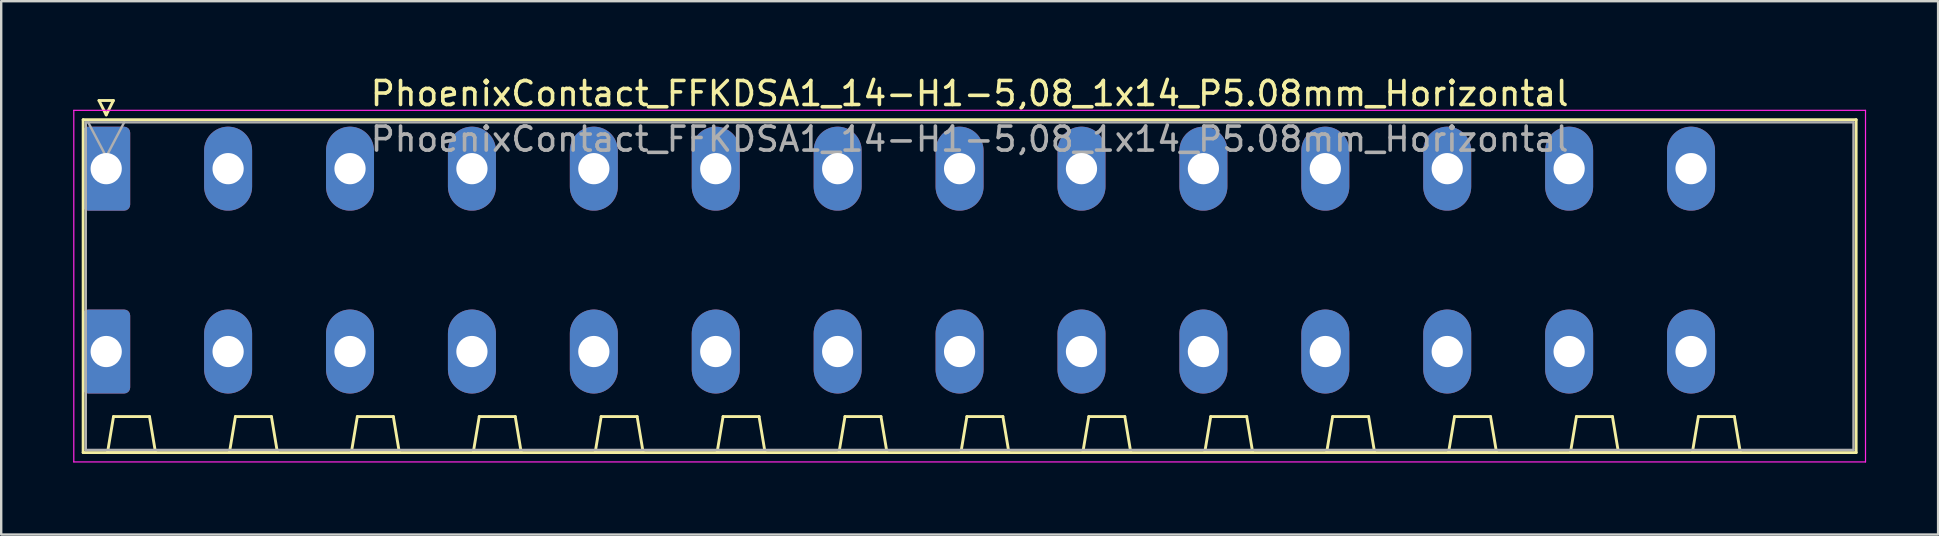
<source format=kicad_pcb>
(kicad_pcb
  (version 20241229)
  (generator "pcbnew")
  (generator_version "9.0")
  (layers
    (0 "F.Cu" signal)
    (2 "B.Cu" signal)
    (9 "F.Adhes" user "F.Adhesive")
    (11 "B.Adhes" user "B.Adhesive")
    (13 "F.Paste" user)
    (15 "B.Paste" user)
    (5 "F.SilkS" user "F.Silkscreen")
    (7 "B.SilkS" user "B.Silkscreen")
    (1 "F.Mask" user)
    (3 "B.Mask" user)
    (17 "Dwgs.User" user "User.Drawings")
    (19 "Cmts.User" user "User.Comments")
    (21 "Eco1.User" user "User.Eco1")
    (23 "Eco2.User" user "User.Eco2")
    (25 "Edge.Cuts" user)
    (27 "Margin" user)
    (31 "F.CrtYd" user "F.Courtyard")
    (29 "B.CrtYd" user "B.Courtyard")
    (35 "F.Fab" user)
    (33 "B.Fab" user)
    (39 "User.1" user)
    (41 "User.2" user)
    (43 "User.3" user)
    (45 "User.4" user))
  (footprint "PhoenixContact_FFKDSA1_14-H1-5,08_1x14_P5.08mm_Horizontal"
    (layer "F.Cu")
    (at 1.375 3.978)
    (property "Reference" "PhoenixContact_FFKDSA1_14-H1-5,08_1x14_P5.08mm_Horizontal" (at 35.98 -3.13 0) (layer "F.SilkS") (effects (font (size 1 1) (thickness 0.15))))
    (attr through_hole)
    (fp_line (start -0.96 -2.04) (end -0.96 11.83) (stroke (width 0.12) (type solid)) (layer "F.SilkS"))
    (fp_line (start -0.96 11.83) (end 72.92 11.83) (stroke (width 0.12) (type solid)) (layer "F.SilkS"))
    (fp_line (start -0.3 -2.84) (end 0.3 -2.84) (stroke (width 0.12) (type solid)) (layer "F.SilkS"))
    (fp_line (start 0 -2.24) (end -0.3 -2.84) (stroke (width 0.12) (type solid)) (layer "F.SilkS"))
    (fp_line (start 0.055 11.83) (end 2.055 11.83) (stroke (width 0.12) (type solid)) (layer "F.SilkS"))
    (fp_line (start 0.3 -2.84) (end 0 -2.24) (stroke (width 0.12) (type solid)) (layer "F.SilkS"))
    (fp_line (start 0.305 10.33) (end 0.055 11.83) (stroke (width 0.12) (type solid)) (layer "F.SilkS"))
    (fp_line (start 1.805 10.33) (end 0.305 10.33) (stroke (width 0.12) (type solid)) (layer "F.SilkS"))
    (fp_line (start 2.055 11.83) (end 1.805 10.33) (stroke (width 0.12) (type solid)) (layer "F.SilkS"))
    (fp_line (start 5.135 11.83) (end 7.135 11.83) (stroke (width 0.12) (type solid)) (layer "F.SilkS"))
    (fp_line (start 5.385 10.33) (end 5.135 11.83) (stroke (width 0.12) (type solid)) (layer "F.SilkS"))
    (fp_line (start 6.885 10.33) (end 5.385 10.33) (stroke (width 0.12) (type solid)) (layer "F.SilkS"))
    (fp_line (start 7.135 11.83) (end 6.885 10.33) (stroke (width 0.12) (type solid)) (layer "F.SilkS"))
    (fp_line (start 10.215 11.83) (end 12.215 11.83) (stroke (width 0.12) (type solid)) (layer "F.SilkS"))
    (fp_line (start 10.465 10.33) (end 10.215 11.83) (stroke (width 0.12) (type solid)) (layer "F.SilkS"))
    (fp_line (start 11.965 10.33) (end 10.465 10.33) (stroke (width 0.12) (type solid)) (layer "F.SilkS"))
    (fp_line (start 12.215 11.83) (end 11.965 10.33) (stroke (width 0.12) (type solid)) (layer "F.SilkS"))
    (fp_line (start 15.295 11.83) (end 17.295 11.83) (stroke (width 0.12) (type solid)) (layer "F.SilkS"))
    (fp_line (start 15.545 10.33) (end 15.295 11.83) (stroke (width 0.12) (type solid)) (layer "F.SilkS"))
    (fp_line (start 17.045 10.33) (end 15.545 10.33) (stroke (width 0.12) (type solid)) (layer "F.SilkS"))
    (fp_line (start 17.295 11.83) (end 17.045 10.33) (stroke (width 0.12) (type solid)) (layer "F.SilkS"))
    (fp_line (start 20.375 11.83) (end 22.375 11.83) (stroke (width 0.12) (type solid)) (layer "F.SilkS"))
    (fp_line (start 20.625 10.33) (end 20.375 11.83) (stroke (width 0.12) (type solid)) (layer "F.SilkS"))
    (fp_line (start 22.125 10.33) (end 20.625 10.33) (stroke (width 0.12) (type solid)) (layer "F.SilkS"))
    (fp_line (start 22.375 11.83) (end 22.125 10.33) (stroke (width 0.12) (type solid)) (layer "F.SilkS"))
    (fp_line (start 25.455 11.83) (end 27.455 11.83) (stroke (width 0.12) (type solid)) (layer "F.SilkS"))
    (fp_line (start 25.705 10.33) (end 25.455 11.83) (stroke (width 0.12) (type solid)) (layer "F.SilkS"))
    (fp_line (start 27.205 10.33) (end 25.705 10.33) (stroke (width 0.12) (type solid)) (layer "F.SilkS"))
    (fp_line (start 27.455 11.83) (end 27.205 10.33) (stroke (width 0.12) (type solid)) (layer "F.SilkS"))
    (fp_line (start 30.535 11.83) (end 32.535 11.83) (stroke (width 0.12) (type solid)) (layer "F.SilkS"))
    (fp_line (start 30.785 10.33) (end 30.535 11.83) (stroke (width 0.12) (type solid)) (layer "F.SilkS"))
    (fp_line (start 32.285 10.33) (end 30.785 10.33) (stroke (width 0.12) (type solid)) (layer "F.SilkS"))
    (fp_line (start 32.535 11.83) (end 32.285 10.33) (stroke (width 0.12) (type solid)) (layer "F.SilkS"))
    (fp_line (start 35.615 11.83) (end 37.615 11.83) (stroke (width 0.12) (type solid)) (layer "F.SilkS"))
    (fp_line (start 35.865 10.33) (end 35.615 11.83) (stroke (width 0.12) (type solid)) (layer "F.SilkS"))
    (fp_line (start 37.365 10.33) (end 35.865 10.33) (stroke (width 0.12) (type solid)) (layer "F.SilkS"))
    (fp_line (start 37.615 11.83) (end 37.365 10.33) (stroke (width 0.12) (type solid)) (layer "F.SilkS"))
    (fp_line (start 40.695 11.83) (end 42.695 11.83) (stroke (width 0.12) (type solid)) (layer "F.SilkS"))
    (fp_line (start 40.945 10.33) (end 40.695 11.83) (stroke (width 0.12) (type solid)) (layer "F.SilkS"))
    (fp_line (start 42.445 10.33) (end 40.945 10.33) (stroke (width 0.12) (type solid)) (layer "F.SilkS"))
    (fp_line (start 42.695 11.83) (end 42.445 10.33) (stroke (width 0.12) (type solid)) (layer "F.SilkS"))
    (fp_line (start 45.775 11.83) (end 47.775 11.83) (stroke (width 0.12) (type solid)) (layer "F.SilkS"))
    (fp_line (start 46.025 10.33) (end 45.775 11.83) (stroke (width 0.12) (type solid)) (layer "F.SilkS"))
    (fp_line (start 47.525 10.33) (end 46.025 10.33) (stroke (width 0.12) (type solid)) (layer "F.SilkS"))
    (fp_line (start 47.775 11.83) (end 47.525 10.33) (stroke (width 0.12) (type solid)) (layer "F.SilkS"))
    (fp_line (start 50.855 11.83) (end 52.855 11.83) (stroke (width 0.12) (type solid)) (layer "F.SilkS"))
    (fp_line (start 51.105 10.33) (end 50.855 11.83) (stroke (width 0.12) (type solid)) (layer "F.SilkS"))
    (fp_line (start 52.605 10.33) (end 51.105 10.33) (stroke (width 0.12) (type solid)) (layer "F.SilkS"))
    (fp_line (start 52.855 11.83) (end 52.605 10.33) (stroke (width 0.12) (type solid)) (layer "F.SilkS"))
    (fp_line (start 55.935 11.83) (end 57.935 11.83) (stroke (width 0.12) (type solid)) (layer "F.SilkS"))
    (fp_line (start 56.185 10.33) (end 55.935 11.83) (stroke (width 0.12) (type solid)) (layer "F.SilkS"))
    (fp_line (start 57.685 10.33) (end 56.185 10.33) (stroke (width 0.12) (type solid)) (layer "F.SilkS"))
    (fp_line (start 57.935 11.83) (end 57.685 10.33) (stroke (width 0.12) (type solid)) (layer "F.SilkS"))
    (fp_line (start 61.015 11.83) (end 63.015 11.83) (stroke (width 0.12) (type solid)) (layer "F.SilkS"))
    (fp_line (start 61.265 10.33) (end 61.015 11.83) (stroke (width 0.12) (type solid)) (layer "F.SilkS"))
    (fp_line (start 62.765 10.33) (end 61.265 10.33) (stroke (width 0.12) (type solid)) (layer "F.SilkS"))
    (fp_line (start 63.015 11.83) (end 62.765 10.33) (stroke (width 0.12) (type solid)) (layer "F.SilkS"))
    (fp_line (start 66.095 11.83) (end 68.095 11.83) (stroke (width 0.12) (type solid)) (layer "F.SilkS"))
    (fp_line (start 66.345 10.33) (end 66.095 11.83) (stroke (width 0.12) (type solid)) (layer "F.SilkS"))
    (fp_line (start 67.845 10.33) (end 66.345 10.33) (stroke (width 0.12) (type solid)) (layer "F.SilkS"))
    (fp_line (start 68.095 11.83) (end 67.845 10.33) (stroke (width 0.12) (type solid)) (layer "F.SilkS"))
    (fp_line (start 72.92 -2.04) (end -0.96 -2.04) (stroke (width 0.12) (type solid)) (layer "F.SilkS"))
    (fp_line (start 72.92 11.83) (end 72.92 -2.04) (stroke (width 0.12) (type solid)) (layer "F.SilkS"))
    (fp_line (start -1.35 -2.43) (end -1.35 12.22) (stroke (width 0.05) (type solid)) (layer "F.CrtYd"))
    (fp_line (start -1.35 12.22) (end 73.31 12.22) (stroke (width 0.05) (type solid)) (layer "F.CrtYd"))
    (fp_line (start 73.31 -2.43) (end -1.35 -2.43) (stroke (width 0.05) (type solid)) (layer "F.CrtYd"))
    (fp_line (start 73.31 12.22) (end 73.31 -2.43) (stroke (width 0.05) (type solid)) (layer "F.CrtYd"))
    (fp_line (start -0.85 -1.93) (end -0.85 11.72) (stroke (width 0.1) (type solid)) (layer "F.Fab"))
    (fp_line (start -0.85 11.72) (end 72.81 11.72) (stroke (width 0.1) (type solid)) (layer "F.Fab"))
    (fp_line (start 0 -0.5) (end -0.75 -1.93) (stroke (width 0.1) (type solid)) (layer "F.Fab"))
    (fp_line (start 0.75 -1.93) (end 0 -0.5) (stroke (width 0.1) (type solid)) (layer "F.Fab"))
    (fp_line (start 72.81 -1.93) (end -0.85 -1.93) (stroke (width 0.1) (type solid)) (layer "F.Fab"))
    (fp_line (start 72.81 11.72) (end 72.81 -1.93) (stroke (width 0.1) (type solid)) (layer "F.Fab"))
    (fp_text user "${REFERENCE}" (at 35.98 -1.23 0) (layer "F.Fab") (effects (font (size 1 1) (thickness 0.15))))
    (pad "1" thru_hole roundrect (at 0 0) (size 2 3.5) (drill 1.3) (layers "*.Cu" "*.Mask") (roundrect_rratio 0.125))
    (pad "1" thru_hole roundrect (at 0 7.62) (size 2 3.5) (drill 1.3) (layers "*.Cu" "*.Mask") (roundrect_rratio 0.125))
    (pad "2" thru_hole oval (at 5.08 0) (size 2 3.5) (drill 1.3) (layers "*.Cu" "*.Mask"))
    (pad "2" thru_hole oval (at 5.08 7.62) (size 2 3.5) (drill 1.3) (layers "*.Cu" "*.Mask"))
    (pad "3" thru_hole oval (at 10.16 0) (size 2 3.5) (drill 1.3) (layers "*.Cu" "*.Mask"))
    (pad "3" thru_hole oval (at 10.16 7.62) (size 2 3.5) (drill 1.3) (layers "*.Cu" "*.Mask"))
    (pad "4" thru_hole oval (at 15.24 0) (size 2 3.5) (drill 1.3) (layers "*.Cu" "*.Mask"))
    (pad "4" thru_hole oval (at 15.24 7.62) (size 2 3.5) (drill 1.3) (layers "*.Cu" "*.Mask"))
    (pad "5" thru_hole oval (at 20.32 0) (size 2 3.5) (drill 1.3) (layers "*.Cu" "*.Mask"))
    (pad "5" thru_hole oval (at 20.32 7.62) (size 2 3.5) (drill 1.3) (layers "*.Cu" "*.Mask"))
    (pad "6" thru_hole oval (at 25.4 0) (size 2 3.5) (drill 1.3) (layers "*.Cu" "*.Mask"))
    (pad "6" thru_hole oval (at 25.4 7.62) (size 2 3.5) (drill 1.3) (layers "*.Cu" "*.Mask"))
    (pad "7" thru_hole oval (at 30.48 0) (size 2 3.5) (drill 1.3) (layers "*.Cu" "*.Mask"))
    (pad "7" thru_hole oval (at 30.48 7.62) (size 2 3.5) (drill 1.3) (layers "*.Cu" "*.Mask"))
    (pad "8" thru_hole oval (at 35.56 0) (size 2 3.5) (drill 1.3) (layers "*.Cu" "*.Mask"))
    (pad "8" thru_hole oval (at 35.56 7.62) (size 2 3.5) (drill 1.3) (layers "*.Cu" "*.Mask"))
    (pad "9" thru_hole oval (at 40.64 0) (size 2 3.5) (drill 1.3) (layers "*.Cu" "*.Mask"))
    (pad "9" thru_hole oval (at 40.64 7.62) (size 2 3.5) (drill 1.3) (layers "*.Cu" "*.Mask"))
    (pad "10" thru_hole oval (at 45.72 0) (size 2 3.5) (drill 1.3) (layers "*.Cu" "*.Mask"))
    (pad "10" thru_hole oval (at 45.72 7.62) (size 2 3.5) (drill 1.3) (layers "*.Cu" "*.Mask"))
    (pad "11" thru_hole oval (at 50.8 0) (size 2 3.5) (drill 1.3) (layers "*.Cu" "*.Mask"))
    (pad "11" thru_hole oval (at 50.8 7.62) (size 2 3.5) (drill 1.3) (layers "*.Cu" "*.Mask"))
    (pad "12" thru_hole oval (at 55.88 0) (size 2 3.5) (drill 1.3) (layers "*.Cu" "*.Mask"))
    (pad "12" thru_hole oval (at 55.88 7.62) (size 2 3.5) (drill 1.3) (layers "*.Cu" "*.Mask"))
    (pad "13" thru_hole oval (at 60.96 0) (size 2 3.5) (drill 1.3) (layers "*.Cu" "*.Mask"))
    (pad "13" thru_hole oval (at 60.96 7.62) (size 2 3.5) (drill 1.3) (layers "*.Cu" "*.Mask"))
    (pad "14" thru_hole oval (at 66.04 0) (size 2 3.5) (drill 1.3) (layers "*.Cu" "*.Mask"))
    (pad "14" thru_hole oval (at 66.04 7.62) (size 2 3.5) (drill 1.3) (layers "*.Cu" "*.Mask")))
  (gr_rect
    (start -3 -3)
    (end 77.71 19.223)
    (stroke (width 0.1) (type default))
    (fill no)
    (layer "Edge.Cuts")))
</source>
